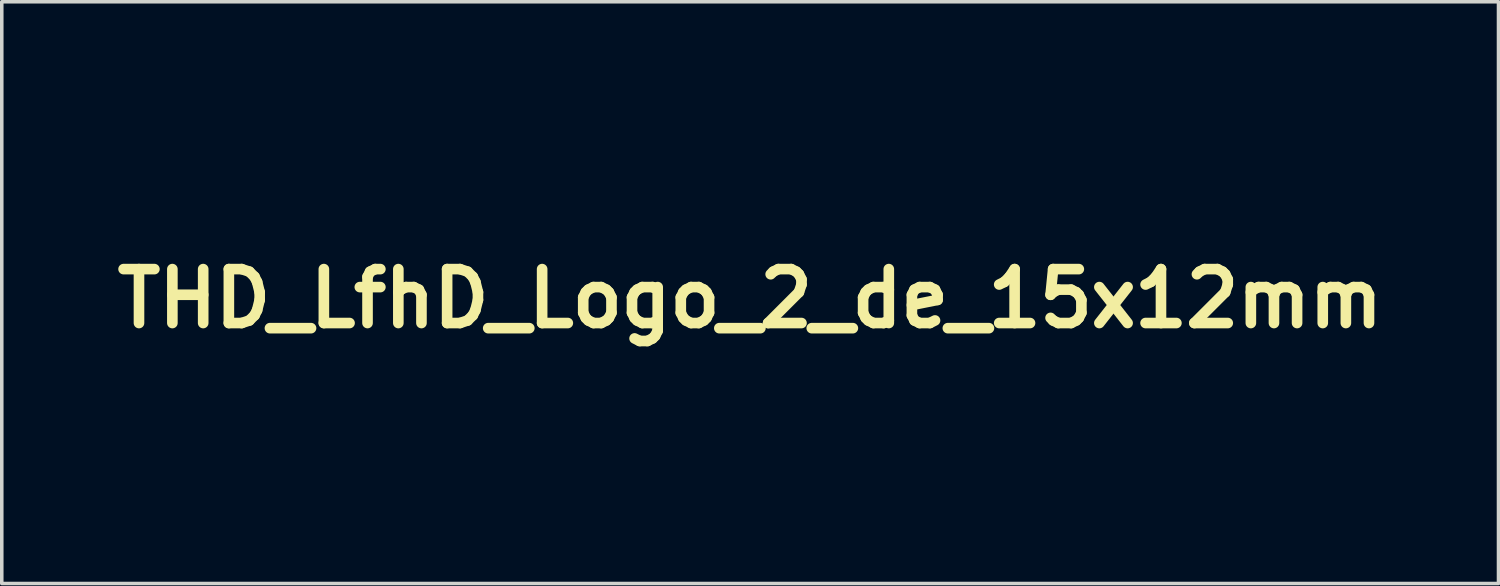
<source format=kicad_pcb>
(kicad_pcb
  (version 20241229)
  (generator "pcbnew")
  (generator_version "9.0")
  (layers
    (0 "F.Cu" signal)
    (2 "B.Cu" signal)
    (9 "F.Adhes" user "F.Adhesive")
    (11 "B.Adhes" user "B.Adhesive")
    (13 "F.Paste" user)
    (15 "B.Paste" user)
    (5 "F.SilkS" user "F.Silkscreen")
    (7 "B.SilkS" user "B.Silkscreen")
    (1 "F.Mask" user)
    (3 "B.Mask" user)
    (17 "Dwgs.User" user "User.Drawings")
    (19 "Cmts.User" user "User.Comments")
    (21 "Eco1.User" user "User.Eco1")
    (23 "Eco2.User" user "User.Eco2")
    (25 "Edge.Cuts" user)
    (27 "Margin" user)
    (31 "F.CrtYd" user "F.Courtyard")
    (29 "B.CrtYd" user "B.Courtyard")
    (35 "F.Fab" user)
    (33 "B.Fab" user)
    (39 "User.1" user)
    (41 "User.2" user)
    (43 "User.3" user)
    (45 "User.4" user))
  (footprint "THD_LfhD_Logo_2_de_15x12mm"
    (layer "F.Cu")
    (at 18.15 5.39)
    (property "Reference" "THD_LfhD_Logo_2_de_15x12mm" (at 0 0 0) (layer "F.SilkS") (effects (font (size 1.524 1.524) (thickness 0.3))))
    (attr through_hole)
    (fp_poly (pts (xy -3.683 -0.254) (xy -5.165 -0.254) (xy -5.144 -4.636) (xy -3.683 -4.659) (xy -3.683 -0.254)) (stroke (width 0.01) (type solid)) (fill yes) (layer "F.Mask"))
    (fp_poly (pts (xy -0.212 5.038) (xy -0.423 5.038) (xy -0.423 3.937) (xy -0.212 3.937) (xy -0.212 5.038)) (stroke (width 0.01) (type solid)) (fill yes) (layer "F.Mask"))
    (fp_poly (pts (xy 1.228 5.038) (xy 1.016 5.038) (xy 1.016 3.937) (xy 1.228 3.937) (xy 1.228 5.038)) (stroke (width 0.01) (type solid)) (fill yes) (layer "F.Mask"))
    (fp_poly (pts (xy -1.238 3.945) (xy -1.122 3.958) (xy -1.098 4.784) (xy -0.55 4.784) (xy -0.55 5.038) (xy -1.355 5.038) (xy -1.355 3.931) (xy -1.238 3.945)) (stroke (width 0.01) (type solid)) (fill yes) (layer "F.Mask"))
    (fp_poly (pts (xy 2.949 0.072) (xy 2.963 0.127) (xy 2.933 0.198) (xy 2.879 0.212) (xy 2.808 0.182) (xy 2.794 0.127) (xy 2.824 0.056) (xy 2.879 0.042) (xy 2.949 0.072)) (stroke (width 0.01) (type solid)) (fill yes) (layer "F.Mask"))
    (fp_poly (pts (xy 3.288 0.072) (xy 3.302 0.127) (xy 3.272 0.198) (xy 3.217 0.212) (xy 3.147 0.182) (xy 3.133 0.127) (xy 3.163 0.056) (xy 3.217 0.042) (xy 3.288 0.072)) (stroke (width 0.01) (type solid)) (fill yes) (layer "F.Mask"))
    (fp_poly (pts (xy -5.08 5.038) (xy -5.186 5.038) (xy -5.267 5.027) (xy -5.295 5.006) (xy -5.297 4.953) (xy -5.297 4.834) (xy -5.298 4.665) (xy -5.297 4.466) (xy -5.296 3.958) (xy -5.08 3.931) (xy -5.08 5.038)) (stroke (width 0.01) (type solid)) (fill yes) (layer "F.Mask"))
    (fp_poly (pts (xy 1.63 -0.233) (xy 1.451 -0.22) (xy 1.271 -0.207) (xy 1.26 -1.405) (xy 1.249 -2.603) (xy 0.55 -2.607) (xy -0.148 -2.611) (xy -0.174 -3.006) (xy 1.27 -3.006) (xy 1.27 -5.376) (xy 1.652 -5.376) (xy 1.63 -0.233)) (stroke (width 0.01) (type solid)) (fill yes) (layer "F.Mask"))
    (fp_poly (pts (xy -3.471 5.038) (xy -3.575 5.038) (xy -3.659 5.026) (xy -3.691 5.006) (xy -3.695 4.954) (xy -3.696 4.834) (xy -3.695 4.665) (xy -3.691 4.464) (xy -3.691 4.456) (xy -3.685 4.239) (xy -3.678 4.093) (xy -3.667 4.004) (xy -3.649 3.957) (xy -3.62 3.94) (xy -3.578 3.937) (xy -3.471 3.937) (xy -3.471 5.038)) (stroke (width 0.01) (type solid)) (fill yes) (layer "F.Mask"))
    (fp_poly (pts (xy -0.518 -2.466) (xy -0.507 -0.296) (xy -1.229 -0.296) (xy -1.512 -0.298) (xy -1.719 -0.304) (xy -1.859 -0.314) (xy -1.94 -0.329) (xy -1.97 -0.349) (xy -1.974 -0.401) (xy -1.977 -0.529) (xy -1.98 -0.725) (xy -1.981 -0.981) (xy -1.982 -1.288) (xy -1.982 -1.639) (xy -1.982 -2.025) (xy -1.98 -2.437) (xy -1.98 -2.519) (xy -1.968 -4.636) (xy -0.529 -4.636) (xy -0.518 -2.466)) (stroke (width 0.01) (type solid)) (fill yes) (layer "F.Mask"))
    (fp_poly (pts (xy 3.45 -0.275) (xy 2.761 -0.264) (xy 2.49 -0.261) (xy 2.293 -0.263) (xy 2.161 -0.27) (xy 2.084 -0.284) (xy 2.053 -0.304) (xy 2.052 -0.306) (xy 2.048 -0.357) (xy 2.045 -0.485) (xy 2.043 -0.683) (xy 2.041 -0.942) (xy 2.04 -1.256) (xy 2.039 -1.617) (xy 2.04 -2.016) (xy 2.041 -2.447) (xy 2.042 -2.857) (xy 2.053 -5.355) (xy 3.45 -5.355) (xy 3.45 -0.275)) (stroke (width 0.01) (type solid)) (fill yes) (layer "F.Mask"))
    (fp_poly (pts (xy -0.508 -4.953) (xy -2.963 -4.953) (xy -2.963 -0.296) (xy -3.087 -0.296) (xy -3.198 -0.289) (xy -3.269 -0.274) (xy -3.339 -0.271) (xy -3.357 -0.281) (xy -3.363 -0.328) (xy -3.368 -0.451) (xy -3.373 -0.644) (xy -3.377 -0.898) (xy -3.38 -1.205) (xy -3.383 -1.559) (xy -3.385 -1.95) (xy -3.386 -2.371) (xy -3.387 -2.632) (xy -3.387 -4.953) (xy -5.842 -4.953) (xy -5.842 -5.376) (xy -0.508 -5.376) (xy -0.508 -4.953)) (stroke (width 0.01) (type solid)) (fill yes) (layer "F.Mask"))
    (fp_poly (pts (xy -2.532 3.943) (xy -2.459 3.954) (xy -2.421 3.977) (xy -2.403 4.014) (xy -2.399 4.028) (xy -2.389 4.125) (xy -2.432 4.175) (xy -2.543 4.191) (xy -2.564 4.191) (xy -2.709 4.191) (xy -2.709 5.038) (xy -2.963 5.038) (xy -2.963 4.196) (xy -3.122 4.183) (xy -3.227 4.166) (xy -3.272 4.129) (xy -3.281 4.064) (xy -3.278 4.016) (xy -3.259 3.985) (xy -3.209 3.966) (xy -3.112 3.956) (xy -2.954 3.949) (xy -2.852 3.946) (xy -2.658 3.942) (xy -2.532 3.943)) (stroke (width 0.01) (type solid)) (fill yes) (layer "F.Mask"))
    (fp_poly (pts (xy 5.577 2.167) (xy 5.694 2.18) (xy 5.694 3.239) (xy 5.577 3.252) (xy 5.509 3.255) (xy 5.474 3.23) (xy 5.462 3.158) (xy 5.461 3.051) (xy 5.461 2.836) (xy 5.038 2.836) (xy 5.038 3.048) (xy 5.035 3.173) (xy 5.018 3.236) (xy 4.973 3.257) (xy 4.909 3.26) (xy 4.781 3.26) (xy 4.793 2.72) (xy 4.805 2.18) (xy 4.921 2.167) (xy 4.99 2.164) (xy 5.024 2.188) (xy 5.036 2.261) (xy 5.038 2.368) (xy 5.038 2.582) (xy 5.461 2.582) (xy 5.461 2.368) (xy 5.464 2.242) (xy 5.479 2.18) (xy 5.519 2.163) (xy 5.577 2.167)) (stroke (width 0.01) (type solid)) (fill yes) (layer "F.Mask"))
    (fp_poly (pts (xy 3.376 2.167) (xy 3.493 2.18) (xy 3.516 3.26) (xy 3.377 3.258) (xy 3.307 3.252) (xy 3.249 3.224) (xy 3.19 3.16) (xy 3.114 3.046) (xy 3.048 2.937) (xy 2.857 2.617) (xy 2.845 2.938) (xy 2.833 3.26) (xy 2.582 3.26) (xy 2.583 2.762) (xy 2.586 2.561) (xy 2.594 2.389) (xy 2.606 2.265) (xy 2.62 2.208) (xy 2.691 2.155) (xy 2.783 2.18) (xy 2.892 2.28) (xy 3.013 2.452) (xy 3.015 2.455) (xy 3.12 2.627) (xy 3.19 2.727) (xy 3.232 2.756) (xy 3.252 2.714) (xy 3.259 2.603) (xy 3.26 2.482) (xy 3.26 2.153) (xy 3.376 2.167)) (stroke (width 0.01) (type solid)) (fill yes) (layer "F.Mask"))
    (fp_poly (pts (xy 2.413 2.413) (xy 2.117 2.413) (xy 1.961 2.415) (xy 1.872 2.426) (xy 1.831 2.449) (xy 1.82 2.491) (xy 1.82 2.498) (xy 1.829 2.543) (xy 1.867 2.569) (xy 1.954 2.58) (xy 2.095 2.582) (xy 2.371 2.582) (xy 2.371 2.707) (xy 2.367 2.776) (xy 2.343 2.814) (xy 2.279 2.833) (xy 2.155 2.843) (xy 2.107 2.845) (xy 1.955 2.857) (xy 1.87 2.878) (xy 1.833 2.915) (xy 1.828 2.932) (xy 1.831 2.97) (xy 1.868 2.993) (xy 1.955 3.003) (xy 2.111 3.006) (xy 2.413 3.006) (xy 2.413 3.26) (xy 1.564 3.26) (xy 1.587 2.18) (xy 2.413 2.156) (xy 2.413 2.413)) (stroke (width 0.01) (type solid)) (fill yes) (layer "F.Mask"))
    (fp_poly (pts (xy 2.405 0.413) (xy 2.393 0.477) (xy 2.36 0.513) (xy 2.287 0.531) (xy 2.152 0.541) (xy 2.127 0.542) (xy 1.981 0.552) (xy 1.901 0.57) (xy 1.868 0.602) (xy 1.863 0.637) (xy 1.873 0.685) (xy 1.919 0.71) (xy 2.019 0.719) (xy 2.095 0.72) (xy 2.229 0.722) (xy 2.298 0.736) (xy 2.324 0.773) (xy 2.328 0.845) (xy 2.328 0.847) (xy 2.324 0.919) (xy 2.299 0.957) (xy 2.231 0.971) (xy 2.099 0.974) (xy 1.863 0.974) (xy 1.863 1.185) (xy 1.86 1.311) (xy 1.843 1.373) (xy 1.798 1.395) (xy 1.736 1.397) (xy 1.609 1.397) (xy 1.609 0.296) (xy 2.419 0.296) (xy 2.405 0.413)) (stroke (width 0.01) (type solid)) (fill yes) (layer "F.Mask"))
    (fp_poly (pts (xy 5.546 5.038) (xy 5.423 5.038) (xy 5.357 5.029) (xy 5.299 4.993) (xy 5.233 4.914) (xy 5.147 4.78) (xy 5.117 4.731) (xy 4.932 4.424) (xy 4.919 4.731) (xy 4.907 5.038) (xy 4.657 5.038) (xy 4.657 3.937) (xy 4.782 3.937) (xy 4.85 3.945) (xy 4.908 3.981) (xy 4.973 4.058) (xy 5.058 4.191) (xy 5.083 4.234) (xy 5.168 4.374) (xy 5.238 4.483) (xy 5.281 4.542) (xy 5.286 4.548) (xy 5.299 4.517) (xy 5.309 4.422) (xy 5.313 4.281) (xy 5.313 4.261) (xy 5.314 4.104) (xy 5.323 4.013) (xy 5.346 3.968) (xy 5.391 3.95) (xy 5.429 3.945) (xy 5.546 3.931) (xy 5.546 5.038)) (stroke (width 0.01) (type solid)) (fill yes) (layer "F.Mask"))
    (fp_poly (pts (xy -2.444 2.18) (xy -2.346 2.222) (xy -2.272 2.295) (xy -2.243 2.34) (xy -2.188 2.484) (xy -2.161 2.667) (xy -2.164 2.852) (xy -2.199 3.003) (xy -2.206 3.019) (xy -2.282 3.134) (xy -2.382 3.206) (xy -2.524 3.245) (xy -2.727 3.258) (xy -2.764 3.259) (xy -3.093 3.26) (xy -3.081 2.72) (xy -3.074 2.413) (xy -2.836 2.413) (xy -2.836 3.006) (xy -2.661 3.006) (xy -2.505 2.984) (xy -2.43 2.932) (xy -2.383 2.814) (xy -2.377 2.669) (xy -2.41 2.537) (xy -2.441 2.49) (xy -2.55 2.429) (xy -2.674 2.413) (xy -2.836 2.413) (xy -3.074 2.413) (xy -3.069 2.18) (xy -2.795 2.167) (xy -2.588 2.164) (xy -2.444 2.18)) (stroke (width 0.01) (type solid)) (fill yes) (layer "F.Mask"))
    (fp_poly (pts (xy 2.286 4.187) (xy 1.979 4.2) (xy 1.813 4.21) (xy 1.717 4.228) (xy 1.676 4.257) (xy 1.672 4.276) (xy 1.693 4.312) (xy 1.763 4.335) (xy 1.9 4.349) (xy 1.958 4.352) (xy 2.109 4.36) (xy 2.195 4.373) (xy 2.233 4.401) (xy 2.243 4.452) (xy 2.244 4.487) (xy 2.24 4.553) (xy 2.218 4.59) (xy 2.157 4.61) (xy 2.04 4.619) (xy 1.958 4.623) (xy 1.798 4.634) (xy 1.709 4.654) (xy 1.674 4.686) (xy 1.672 4.699) (xy 1.691 4.734) (xy 1.759 4.757) (xy 1.889 4.77) (xy 1.979 4.775) (xy 2.286 4.787) (xy 2.286 5.038) (xy 1.439 5.038) (xy 1.439 3.937) (xy 2.286 3.937) (xy 2.286 4.187)) (stroke (width 0.01) (type solid)) (fill yes) (layer "F.Mask"))
    (fp_poly (pts (xy -5.526 2.184) (xy -5.487 2.225) (xy -5.477 2.292) (xy -5.47 2.424) (xy -5.465 2.6) (xy -5.464 2.775) (xy -5.467 3.26) (xy -5.591 3.26) (xy -5.664 3.255) (xy -5.701 3.226) (xy -5.714 3.15) (xy -5.715 3.048) (xy -5.715 2.836) (xy -6.138 2.836) (xy -6.138 3.048) (xy -6.141 3.173) (xy -6.158 3.236) (xy -6.203 3.257) (xy -6.267 3.26) (xy -6.395 3.26) (xy -6.383 2.72) (xy -6.371 2.18) (xy -6.255 2.167) (xy -6.186 2.164) (xy -6.152 2.188) (xy -6.14 2.261) (xy -6.138 2.368) (xy -6.138 2.582) (xy -5.715 2.582) (xy -5.715 2.371) (xy -5.711 2.245) (xy -5.694 2.182) (xy -5.652 2.161) (xy -5.614 2.159) (xy -5.526 2.184)) (stroke (width 0.01) (type solid)) (fill yes) (layer "F.Mask"))
    (fp_poly (pts (xy -5.802 3.949) (xy -5.73 3.974) (xy -5.666 4.022) (xy -5.632 4.056) (xy -5.519 4.224) (xy -5.469 4.424) (xy -5.481 4.632) (xy -5.556 4.822) (xy -5.63 4.917) (xy -5.698 4.978) (xy -5.766 5.014) (xy -5.859 5.032) (xy -6.001 5.037) (xy -6.082 5.038) (xy -6.413 5.038) (xy -6.404 4.498) (xy -6.399 4.191) (xy -6.181 4.191) (xy -6.181 4.784) (xy -6.03 4.784) (xy -5.903 4.771) (xy -5.801 4.742) (xy -5.797 4.74) (xy -5.744 4.691) (xy -5.72 4.601) (xy -5.715 4.487) (xy -5.731 4.333) (xy -5.787 4.242) (xy -5.898 4.199) (xy -6.03 4.191) (xy -6.181 4.191) (xy -6.399 4.191) (xy -6.395 3.958) (xy -6.075 3.946) (xy -5.909 3.942) (xy -5.802 3.949)) (stroke (width 0.01) (type solid)) (fill yes) (layer "F.Mask"))
    (fp_poly (pts (xy 2.794 0.669) (xy 2.799 0.878) (xy 2.818 1.016) (xy 2.857 1.097) (xy 2.923 1.135) (xy 3.006 1.143) (xy 3.099 1.132) (xy 3.161 1.089) (xy 3.197 1.001) (xy 3.214 0.855) (xy 3.217 0.669) (xy 3.218 0.491) (xy 3.224 0.381) (xy 3.239 0.323) (xy 3.269 0.3) (xy 3.318 0.296) (xy 3.323 0.296) (xy 3.429 0.296) (xy 3.429 0.743) (xy 3.428 0.943) (xy 3.422 1.078) (xy 3.408 1.165) (xy 3.381 1.224) (xy 3.338 1.274) (xy 3.317 1.293) (xy 3.181 1.37) (xy 3.011 1.4) (xy 2.841 1.383) (xy 2.71 1.321) (xy 2.628 1.205) (xy 2.574 1.009) (xy 2.546 0.734) (xy 2.542 0.582) (xy 2.54 0.296) (xy 2.794 0.296) (xy 2.794 0.669)) (stroke (width 0.01) (type solid)) (fill yes) (layer "F.Mask"))
    (fp_poly (pts (xy -0.377 0.333) (xy -0.258 0.405) (xy -0.13 0.565) (xy -0.067 0.764) (xy -0.076 0.98) (xy -0.084 1.013) (xy -0.173 1.202) (xy -0.32 1.331) (xy -0.514 1.392) (xy -0.593 1.397) (xy -0.752 1.383) (xy -0.872 1.33) (xy -0.927 1.288) (xy -1.056 1.129) (xy -1.119 0.938) (xy -1.117 0.806) (xy -0.89 0.806) (xy -0.873 0.953) (xy -0.823 1.049) (xy -0.725 1.123) (xy -0.593 1.148) (xy -0.46 1.123) (xy -0.362 1.049) (xy -0.299 0.9) (xy -0.305 0.758) (xy -0.372 0.639) (xy -0.491 0.566) (xy -0.593 0.55) (xy -0.741 0.585) (xy -0.843 0.677) (xy -0.89 0.806) (xy -1.117 0.806) (xy -1.116 0.738) (xy -1.048 0.549) (xy -0.927 0.405) (xy -0.759 0.315) (xy -0.566 0.291) (xy -0.377 0.333)) (stroke (width 0.01) (type solid)) (fill yes) (layer "F.Mask"))
    (fp_poly (pts (xy 3.789 3.958) (xy 3.801 4.349) (xy 3.808 4.533) (xy 3.818 4.65) (xy 3.836 4.716) (xy 3.867 4.749) (xy 3.914 4.766) (xy 4.024 4.787) (xy 4.098 4.778) (xy 4.144 4.724) (xy 4.171 4.616) (xy 4.187 4.439) (xy 4.191 4.36) (xy 4.202 4.174) (xy 4.213 4.056) (xy 4.231 3.99) (xy 4.261 3.959) (xy 4.308 3.947) (xy 4.329 3.945) (xy 4.445 3.931) (xy 4.445 4.381) (xy 4.444 4.582) (xy 4.438 4.717) (xy 4.424 4.805) (xy 4.397 4.864) (xy 4.355 4.913) (xy 4.333 4.934) (xy 4.191 5.016) (xy 4.018 5.046) (xy 3.846 5.024) (xy 3.703 4.951) (xy 3.68 4.929) (xy 3.633 4.871) (xy 3.602 4.806) (xy 3.583 4.713) (xy 3.571 4.573) (xy 3.563 4.375) (xy 3.548 3.931) (xy 3.789 3.958)) (stroke (width 0.01) (type solid)) (fill yes) (layer "F.Mask"))
    (fp_poly (pts (xy 6.731 2.413) (xy 6.435 2.413) (xy 6.279 2.415) (xy 6.19 2.426) (xy 6.149 2.449) (xy 6.138 2.491) (xy 6.138 2.498) (xy 6.147 2.543) (xy 6.185 2.569) (xy 6.272 2.58) (xy 6.413 2.582) (xy 6.689 2.582) (xy 6.689 2.707) (xy 6.685 2.776) (xy 6.661 2.814) (xy 6.597 2.833) (xy 6.473 2.843) (xy 6.425 2.845) (xy 6.273 2.857) (xy 6.188 2.878) (xy 6.151 2.915) (xy 6.146 2.932) (xy 6.149 2.971) (xy 6.186 2.993) (xy 6.275 3.003) (xy 6.427 3.006) (xy 6.582 3.008) (xy 6.672 3.018) (xy 6.717 3.043) (xy 6.737 3.09) (xy 6.741 3.111) (xy 6.749 3.198) (xy 6.739 3.238) (xy 6.69 3.247) (xy 6.575 3.254) (xy 6.415 3.259) (xy 6.299 3.26) (xy 5.882 3.26) (xy 5.905 2.18) (xy 6.731 2.156) (xy 6.731 2.413)) (stroke (width 0.01) (type solid)) (fill yes) (layer "F.Mask"))
    (fp_poly (pts (xy -4.226 3.948) (xy -4.121 3.985) (xy -4.046 4.044) (xy -3.961 4.155) (xy -3.957 4.254) (xy -4.032 4.334) (xy -4.097 4.354) (xy -4.155 4.309) (xy -4.172 4.286) (xy -4.272 4.208) (xy -4.403 4.191) (xy -4.536 4.233) (xy -4.607 4.289) (xy -4.688 4.422) (xy -4.693 4.554) (xy -4.632 4.668) (xy -4.514 4.75) (xy -4.347 4.784) (xy -4.334 4.784) (xy -4.211 4.774) (xy -4.141 4.75) (xy -4.133 4.722) (xy -4.195 4.698) (xy -4.243 4.691) (xy -4.34 4.671) (xy -4.377 4.622) (xy -4.381 4.572) (xy -4.374 4.512) (xy -4.341 4.479) (xy -4.262 4.462) (xy -4.138 4.453) (xy -3.895 4.441) (xy -3.895 4.631) (xy -3.904 4.761) (xy -3.943 4.846) (xy -4.033 4.927) (xy -4.036 4.93) (xy -4.21 5.013) (xy -4.412 5.037) (xy -4.609 4.998) (xy -4.667 4.971) (xy -4.802 4.854) (xy -4.884 4.691) (xy -4.91 4.504) (xy -4.883 4.312) (xy -4.8 4.134) (xy -4.674 4.001) (xy -4.583 3.964) (xy -4.445 3.941) (xy -4.377 3.938) (xy -4.226 3.948)) (stroke (width 0.01) (type solid)) (fill yes) (layer "F.Mask"))
    (fp_poly (pts (xy 0.553 3.961) (xy 0.694 4.025) (xy 0.783 4.119) (xy 0.804 4.199) (xy 0.798 4.244) (xy 0.77 4.266) (xy 0.702 4.264) (xy 0.58 4.24) (xy 0.456 4.21) (xy 0.345 4.198) (xy 0.271 4.208) (xy 0.23 4.248) (xy 0.253 4.299) (xy 0.322 4.342) (xy 0.42 4.36) (xy 0.422 4.36) (xy 0.533 4.384) (xy 0.659 4.442) (xy 0.682 4.457) (xy 0.802 4.576) (xy 0.845 4.712) (xy 0.807 4.851) (xy 0.745 4.931) (xy 0.61 5.013) (xy 0.436 5.045) (xy 0.257 5.028) (xy 0.103 4.961) (xy 0.07 4.934) (xy -0.006 4.846) (xy -0.042 4.767) (xy -0.042 4.76) (xy -0.027 4.714) (xy 0.035 4.708) (xy 0.095 4.718) (xy 0.23 4.743) (xy 0.386 4.766) (xy 0.413 4.769) (xy 0.526 4.779) (xy 0.578 4.765) (xy 0.592 4.719) (xy 0.593 4.703) (xy 0.569 4.633) (xy 0.492 4.614) (xy 0.385 4.598) (xy 0.257 4.558) (xy 0.24 4.551) (xy 0.087 4.454) (xy 0.011 4.33) (xy 0.013 4.187) (xy 0.088 4.049) (xy 0.16 3.977) (xy 0.249 3.944) (xy 0.378 3.937) (xy 0.553 3.961)) (stroke (width 0.01) (type solid)) (fill yes) (layer "F.Mask"))
    (fp_poly (pts (xy -1.956 3.958) (xy -1.913 3.994) (xy -1.867 4.065) (xy -1.81 4.184) (xy -1.736 4.363) (xy -1.689 4.481) (xy -1.612 4.676) (xy -1.549 4.84) (xy -1.503 4.959) (xy -1.482 5.018) (xy -1.482 5.021) (xy -1.518 5.033) (xy -1.605 5.038) (xy -1.701 5.02) (xy -1.757 4.949) (xy -1.772 4.911) (xy -1.807 4.833) (xy -1.86 4.795) (xy -1.958 4.784) (xy -2.012 4.784) (xy -2.135 4.789) (xy -2.203 4.815) (xy -2.243 4.878) (xy -2.257 4.911) (xy -2.311 5.004) (xy -2.394 5.037) (xy -2.422 5.038) (xy -2.507 5.033) (xy -2.54 5.022) (xy -2.526 4.973) (xy -2.487 4.865) (xy -2.432 4.715) (xy -2.368 4.544) (xy -2.35 4.497) (xy -2.108 4.497) (xy -2.075 4.527) (xy -2.037 4.53) (xy -1.962 4.502) (xy -1.948 4.456) (xy -1.964 4.374) (xy -1.999 4.303) (xy -2.037 4.272) (xy -2.047 4.277) (xy -2.071 4.329) (xy -2.097 4.413) (xy -2.108 4.497) (xy -2.35 4.497) (xy -2.301 4.371) (xy -2.24 4.213) (xy -2.19 4.092) (xy -2.16 4.024) (xy -2.16 4.024) (xy -2.086 3.952) (xy -2.003 3.945) (xy -1.956 3.958)) (stroke (width 0.01) (type solid)) (fill yes) (layer "F.Mask"))
    (fp_poly (pts (xy 3.018 3.939) (xy 3.135 3.946) (xy 3.207 3.965) (xy 3.252 3.998) (xy 3.283 4.04) (xy 3.33 4.168) (xy 3.336 4.3) (xy 3.312 4.417) (xy 3.249 4.495) (xy 3.14 4.557) (xy 3.156 4.592) (xy 3.209 4.675) (xy 3.278 4.774) (xy 3.358 4.889) (xy 3.412 4.976) (xy 3.429 5.011) (xy 3.392 5.03) (xy 3.306 5.038) (xy 3.224 5.023) (xy 3.147 4.969) (xy 3.056 4.86) (xy 3.031 4.826) (xy 2.92 4.693) (xy 2.828 4.623) (xy 2.794 4.614) (xy 2.743 4.625) (xy 2.718 4.673) (xy 2.71 4.777) (xy 2.709 4.826) (xy 2.707 4.951) (xy 2.689 5.014) (xy 2.645 5.035) (xy 2.582 5.038) (xy 2.455 5.038) (xy 2.455 4.301) (xy 2.679 4.301) (xy 2.75 4.343) (xy 2.898 4.36) (xy 2.923 4.36) (xy 3.05 4.356) (xy 3.112 4.336) (xy 3.132 4.294) (xy 3.133 4.276) (xy 3.121 4.225) (xy 3.074 4.199) (xy 2.968 4.191) (xy 2.923 4.191) (xy 2.797 4.199) (xy 2.709 4.219) (xy 2.688 4.233) (xy 2.679 4.301) (xy 2.455 4.301) (xy 2.455 3.937) (xy 2.835 3.937) (xy 3.018 3.939)) (stroke (width 0.01) (type solid)) (fill yes) (layer "F.Mask"))
    (fp_poly (pts (xy 6.409 3.945) (xy 6.508 3.979) (xy 6.598 4.052) (xy 6.607 4.061) (xy 6.7 4.166) (xy 6.725 4.238) (xy 6.684 4.294) (xy 6.642 4.32) (xy 6.565 4.343) (xy 6.492 4.308) (xy 6.46 4.279) (xy 6.337 4.21) (xy 6.197 4.196) (xy 6.073 4.239) (xy 6.039 4.268) (xy 5.98 4.384) (xy 5.97 4.523) (xy 6.006 4.65) (xy 6.063 4.718) (xy 6.149 4.754) (xy 6.265 4.776) (xy 6.384 4.783) (xy 6.478 4.773) (xy 6.519 4.744) (xy 6.519 4.741) (xy 6.483 4.712) (xy 6.394 4.699) (xy 6.392 4.699) (xy 6.303 4.689) (xy 6.27 4.64) (xy 6.265 4.57) (xy 6.265 4.441) (xy 6.509 4.453) (xy 6.648 4.464) (xy 6.723 4.484) (xy 6.756 4.523) (xy 6.766 4.566) (xy 6.754 4.743) (xy 6.671 4.885) (xy 6.526 4.985) (xy 6.328 5.034) (xy 6.253 5.038) (xy 6.113 5.026) (xy 6.006 4.977) (xy 5.912 4.898) (xy 5.776 4.72) (xy 5.719 4.527) (xy 5.743 4.329) (xy 5.848 4.14) (xy 5.904 4.078) (xy 6.002 3.992) (xy 6.096 3.95) (xy 6.224 3.937) (xy 6.264 3.937) (xy 6.409 3.945)) (stroke (width 0.01) (type solid)) (fill yes) (layer "F.Mask"))
    (fp_poly (pts (xy -0.137 2.184) (xy -0.094 2.203) (xy -0.053 2.251) (xy -0.006 2.34) (xy 0.055 2.483) (xy 0.137 2.687) (xy 0.213 2.88) (xy 0.276 3.045) (xy 0.319 3.165) (xy 0.338 3.224) (xy 0.339 3.227) (xy 0.302 3.25) (xy 0.215 3.26) (xy 0.123 3.245) (xy 0.077 3.183) (xy 0.064 3.133) (xy 0.041 3.057) (xy -0.000345 3.02) (xy -0.085 3.007) (xy -0.176 3.006) (xy -0.305 3.01) (xy -0.376 3.032) (xy -0.417 3.085) (xy -0.436 3.133) (xy -0.491 3.226) (xy -0.573 3.259) (xy -0.602 3.26) (xy -0.687 3.256) (xy -0.719 3.249) (xy -0.705 3.208) (xy -0.666 3.102) (xy -0.607 2.948) (xy -0.536 2.758) (xy -0.528 2.738) (xy -0.287 2.738) (xy -0.249 2.751) (xy -0.191 2.752) (xy -0.111 2.746) (xy -0.085 2.735) (xy -0.099 2.689) (xy -0.136 2.598) (xy -0.142 2.582) (xy -0.2 2.445) (xy -0.248 2.584) (xy -0.284 2.69) (xy -0.287 2.738) (xy -0.528 2.738) (xy -0.517 2.709) (xy -0.435 2.496) (xy -0.375 2.349) (xy -0.329 2.257) (xy -0.289 2.206) (xy -0.248 2.185) (xy -0.198 2.18) (xy -0.19 2.18) (xy -0.137 2.184)) (stroke (width 0.01) (type solid)) (fill yes) (layer "F.Mask"))
    (fp_poly (pts (xy 0.668 0.302) (xy 0.809 0.323) (xy 0.9 0.368) (xy 0.957 0.445) (xy 0.991 0.534) (xy 0.996 0.654) (xy 0.956 0.774) (xy 0.884 0.859) (xy 0.846 0.877) (xy 0.778 0.901) (xy 0.762 0.915) (xy 0.786 0.954) (xy 0.847 1.04) (xy 0.91 1.125) (xy 1.007 1.258) (xy 1.048 1.34) (xy 1.036 1.382) (xy 0.972 1.396) (xy 0.942 1.397) (xy 0.857 1.379) (xy 0.773 1.313) (xy 0.677 1.196) (xy 0.575 1.077) (xy 0.479 1) (xy 0.433 0.981) (xy 0.378 0.981) (xy 0.349 1.013) (xy 0.34 1.098) (xy 0.339 1.182) (xy 0.336 1.309) (xy 0.319 1.372) (xy 0.276 1.394) (xy 0.212 1.397) (xy 0.085 1.397) (xy 0.085 0.635) (xy 0.339 0.635) (xy 0.35 0.686) (xy 0.397 0.711) (xy 0.501 0.719) (xy 0.55 0.72) (xy 0.677 0.715) (xy 0.741 0.696) (xy 0.761 0.655) (xy 0.762 0.635) (xy 0.751 0.584) (xy 0.704 0.559) (xy 0.599 0.551) (xy 0.55 0.55) (xy 0.423 0.555) (xy 0.36 0.574) (xy 0.34 0.615) (xy 0.339 0.635) (xy 0.085 0.635) (xy 0.085 0.296) (xy 0.459 0.296) (xy 0.668 0.302)) (stroke (width 0.01) (type solid)) (fill yes) (layer "F.Mask"))
    (fp_poly (pts (xy 4.224 0.302) (xy 4.365 0.323) (xy 4.456 0.368) (xy 4.513 0.445) (xy 4.547 0.534) (xy 4.552 0.654) (xy 4.512 0.774) (xy 4.44 0.859) (xy 4.402 0.877) (xy 4.334 0.901) (xy 4.318 0.915) (xy 4.342 0.954) (xy 4.403 1.04) (xy 4.466 1.125) (xy 4.563 1.258) (xy 4.604 1.34) (xy 4.592 1.382) (xy 4.528 1.396) (xy 4.498 1.397) (xy 4.413 1.379) (xy 4.329 1.313) (xy 4.233 1.196) (xy 4.131 1.077) (xy 4.035 1) (xy 3.989 0.981) (xy 3.934 0.981) (xy 3.905 1.013) (xy 3.896 1.098) (xy 3.895 1.182) (xy 3.892 1.309) (xy 3.875 1.372) (xy 3.832 1.394) (xy 3.768 1.397) (xy 3.641 1.397) (xy 3.641 0.635) (xy 3.895 0.635) (xy 3.906 0.686) (xy 3.953 0.711) (xy 4.057 0.719) (xy 4.106 0.72) (xy 4.233 0.715) (xy 4.297 0.696) (xy 4.317 0.655) (xy 4.318 0.635) (xy 4.307 0.584) (xy 4.26 0.559) (xy 4.155 0.551) (xy 4.106 0.55) (xy 3.979 0.555) (xy 3.916 0.574) (xy 3.896 0.615) (xy 3.895 0.635) (xy 3.641 0.635) (xy 3.641 0.296) (xy 4.015 0.296) (xy 4.224 0.302)) (stroke (width 0.01) (type solid)) (fill yes) (layer "F.Mask"))
    (fp_poly (pts (xy -4.794 2.184) (xy -4.751 2.203) (xy -4.71 2.251) (xy -4.663 2.34) (xy -4.602 2.483) (xy -4.52 2.687) (xy -4.444 2.88) (xy -4.381 3.045) (xy -4.337 3.165) (xy -4.318 3.224) (xy -4.318 3.227) (xy -4.355 3.25) (xy -4.442 3.26) (xy -4.534 3.245) (xy -4.58 3.183) (xy -4.593 3.133) (xy -4.616 3.057) (xy -4.657 3.02) (xy -4.742 3.007) (xy -4.833 3.006) (xy -4.961 3.01) (xy -5.032 3.032) (xy -5.073 3.085) (xy -5.093 3.133) (xy -5.147 3.226) (xy -5.23 3.259) (xy -5.259 3.26) (xy -5.344 3.256) (xy -5.376 3.249) (xy -5.361 3.208) (xy -5.322 3.102) (xy -5.264 2.948) (xy -5.192 2.758) (xy -5.174 2.709) (xy -5.164 2.685) (xy -4.936 2.685) (xy -4.935 2.735) (xy -4.867 2.751) (xy -4.852 2.752) (xy -4.77 2.745) (xy -4.741 2.732) (xy -4.757 2.684) (xy -4.79 2.605) (xy -4.843 2.522) (xy -4.888 2.5) (xy -4.91 2.545) (xy -4.911 2.558) (xy -4.926 2.651) (xy -4.936 2.685) (xy -5.164 2.685) (xy -5.092 2.496) (xy -5.031 2.349) (xy -4.985 2.257) (xy -4.946 2.206) (xy -4.905 2.185) (xy -4.854 2.18) (xy -4.847 2.18) (xy -4.794 2.184)) (stroke (width 0.01) (type solid)) (fill yes) (layer "F.Mask"))
    (fp_poly (pts (xy -3.512 2.167) (xy -3.44 2.185) (xy -3.391 2.219) (xy -3.349 2.269) (xy -3.286 2.374) (xy -3.26 2.471) (xy -3.26 2.473) (xy -3.285 2.58) (xy -3.346 2.681) (xy -3.421 2.744) (xy -3.453 2.752) (xy -3.498 2.758) (xy -3.505 2.787) (xy -3.47 2.851) (xy -3.388 2.964) (xy -3.365 2.993) (xy -3.27 3.125) (xy -3.228 3.205) (xy -3.239 3.245) (xy -3.301 3.259) (xy -3.334 3.26) (xy -3.419 3.241) (xy -3.503 3.176) (xy -3.599 3.059) (xy -3.701 2.94) (xy -3.796 2.863) (xy -3.842 2.844) (xy -3.898 2.843) (xy -3.926 2.876) (xy -3.936 2.961) (xy -3.937 3.045) (xy -3.94 3.171) (xy -3.956 3.235) (xy -4 3.257) (xy -4.065 3.26) (xy -4.194 3.26) (xy -4.177 2.5) (xy -3.937 2.5) (xy -3.927 2.552) (xy -3.884 2.575) (xy -3.786 2.577) (xy -3.736 2.574) (xy -3.604 2.557) (xy -3.538 2.522) (xy -3.522 2.487) (xy -3.526 2.443) (xy -3.572 2.421) (xy -3.68 2.413) (xy -3.722 2.413) (xy -3.85 2.417) (xy -3.914 2.435) (xy -3.936 2.476) (xy -3.937 2.5) (xy -4.177 2.5) (xy -4.17 2.18) (xy -3.804 2.168) (xy -3.626 2.163) (xy -3.512 2.167)) (stroke (width 0.01) (type solid)) (fill yes) (layer "F.Mask"))
    (fp_poly (pts (xy 4.181 2.184) (xy 4.224 2.203) (xy 4.265 2.251) (xy 4.312 2.34) (xy 4.373 2.483) (xy 4.455 2.687) (xy 4.531 2.88) (xy 4.594 3.045) (xy 4.637 3.165) (xy 4.656 3.224) (xy 4.657 3.227) (xy 4.62 3.25) (xy 4.533 3.26) (xy 4.441 3.245) (xy 4.395 3.183) (xy 4.381 3.133) (xy 4.359 3.057) (xy 4.318 3.02) (xy 4.233 3.007) (xy 4.142 3.006) (xy 4.013 3.01) (xy 3.942 3.032) (xy 3.901 3.085) (xy 3.882 3.133) (xy 3.827 3.226) (xy 3.745 3.259) (xy 3.716 3.26) (xy 3.631 3.256) (xy 3.599 3.249) (xy 3.613 3.208) (xy 3.652 3.102) (xy 3.711 2.948) (xy 3.782 2.758) (xy 3.801 2.709) (xy 3.81 2.685) (xy 4.038 2.685) (xy 4.04 2.735) (xy 4.108 2.751) (xy 4.123 2.752) (xy 4.205 2.745) (xy 4.233 2.732) (xy 4.218 2.684) (xy 4.184 2.605) (xy 4.132 2.522) (xy 4.087 2.5) (xy 4.064 2.545) (xy 4.064 2.558) (xy 4.049 2.651) (xy 4.038 2.685) (xy 3.81 2.685) (xy 3.883 2.496) (xy 3.943 2.349) (xy 3.989 2.257) (xy 4.029 2.206) (xy 4.07 2.185) (xy 4.12 2.18) (xy 4.128 2.18) (xy 4.181 2.184)) (stroke (width 0.01) (type solid)) (fill yes) (layer "F.Mask"))
    (fp_poly (pts (xy -1.637 0.299) (xy -1.513 0.311) (xy -1.435 0.334) (xy -1.385 0.371) (xy -1.382 0.374) (xy -1.33 0.476) (xy -1.314 0.602) (xy -1.335 0.714) (xy -1.359 0.749) (xy -1.376 0.805) (xy -1.333 0.894) (xy -1.314 0.92) (xy -1.249 1.043) (xy -1.251 1.158) (xy -1.295 1.263) (xy -1.372 1.334) (xy -1.497 1.375) (xy -1.683 1.394) (xy -1.83 1.397) (xy -2.201 1.397) (xy -2.201 1.058) (xy -1.947 1.058) (xy -1.939 1.11) (xy -1.901 1.134) (xy -1.811 1.139) (xy -1.725 1.135) (xy -1.585 1.119) (xy -1.516 1.091) (xy -1.503 1.058) (xy -1.529 1.017) (xy -1.615 0.992) (xy -1.725 0.982) (xy -1.855 0.978) (xy -1.921 0.989) (xy -1.945 1.024) (xy -1.947 1.058) (xy -2.201 1.058) (xy -2.201 0.635) (xy -1.947 0.635) (xy -1.936 0.686) (xy -1.889 0.711) (xy -1.785 0.719) (xy -1.736 0.72) (xy -1.609 0.715) (xy -1.545 0.696) (xy -1.525 0.655) (xy -1.524 0.635) (xy -1.535 0.584) (xy -1.582 0.559) (xy -1.687 0.551) (xy -1.736 0.55) (xy -1.863 0.555) (xy -1.926 0.574) (xy -1.946 0.615) (xy -1.947 0.635) (xy -2.201 0.635) (xy -2.201 0.296) (xy -1.827 0.296) (xy -1.637 0.299)) (stroke (width 0.01) (type solid)) (fill yes) (layer "F.Mask"))
    (fp_poly (pts (xy 1.145 2.167) (xy 1.216 2.185) (xy 1.266 2.219) (xy 1.308 2.269) (xy 1.37 2.374) (xy 1.397 2.471) (xy 1.397 2.473) (xy 1.372 2.58) (xy 1.311 2.681) (xy 1.236 2.744) (xy 1.204 2.752) (xy 1.159 2.758) (xy 1.151 2.787) (xy 1.186 2.851) (xy 1.269 2.964) (xy 1.291 2.993) (xy 1.387 3.125) (xy 1.429 3.205) (xy 1.418 3.245) (xy 1.356 3.259) (xy 1.323 3.26) (xy 1.238 3.241) (xy 1.154 3.176) (xy 1.058 3.059) (xy 0.956 2.94) (xy 0.86 2.863) (xy 0.814 2.844) (xy 0.759 2.843) (xy 0.73 2.876) (xy 0.721 2.961) (xy 0.72 3.045) (xy 0.717 3.171) (xy 0.7 3.235) (xy 0.657 3.257) (xy 0.591 3.26) (xy 0.463 3.26) (xy 0.475 2.72) (xy 0.48 2.5) (xy 0.72 2.5) (xy 0.729 2.552) (xy 0.772 2.575) (xy 0.871 2.577) (xy 0.92 2.574) (xy 1.053 2.557) (xy 1.119 2.522) (xy 1.135 2.487) (xy 1.131 2.443) (xy 1.084 2.421) (xy 0.977 2.413) (xy 0.934 2.413) (xy 0.807 2.417) (xy 0.742 2.435) (xy 0.721 2.476) (xy 0.72 2.5) (xy 0.48 2.5) (xy 0.487 2.18) (xy 0.853 2.168) (xy 1.031 2.163) (xy 1.145 2.167)) (stroke (width 0.01) (type solid)) (fill yes) (layer "F.Mask"))
    (fp_poly (pts (xy -3.979 1.143) (xy -3.704 1.143) (xy -3.556 1.145) (xy -3.474 1.155) (xy -3.438 1.181) (xy -3.429 1.233) (xy -3.429 1.257) (xy -3.422 1.328) (xy -3.4 1.335) (xy -3.36 1.277) (xy -3.3 1.148) (xy -3.218 0.944) (xy -3.177 0.836) (xy -2.954 0.836) (xy -2.95 0.878) (xy -2.896 0.889) (xy -2.855 0.889) (xy -2.778 0.878) (xy -2.765 0.83) (xy -2.775 0.794) (xy -2.821 0.684) (xy -2.867 0.659) (xy -2.912 0.718) (xy -2.919 0.737) (xy -2.954 0.836) (xy -3.177 0.836) (xy -3.165 0.804) (xy -3.087 0.601) (xy -3.03 0.464) (xy -2.986 0.38) (xy -2.946 0.336) (xy -2.902 0.32) (xy -2.857 0.318) (xy -2.806 0.321) (xy -2.764 0.341) (xy -2.724 0.388) (xy -2.676 0.475) (xy -2.615 0.615) (xy -2.531 0.819) (xy -2.516 0.857) (xy -2.298 1.397) (xy -2.437 1.397) (xy -2.537 1.385) (xy -2.585 1.334) (xy -2.603 1.27) (xy -2.626 1.195) (xy -2.667 1.157) (xy -2.752 1.144) (xy -2.843 1.143) (xy -2.972 1.147) (xy -3.043 1.169) (xy -3.084 1.223) (xy -3.103 1.27) (xy -3.151 1.397) (xy -3.682 1.397) (xy -4.212 1.397) (xy -4.194 0.318) (xy -4.087 0.304) (xy -3.979 0.291) (xy -3.979 1.143)) (stroke (width 0.01) (type solid)) (fill yes) (layer "F.Mask"))
    (fp_poly (pts (xy 3.969 -5.363) (xy 4.434 -5.266) (xy 4.849 -5.106) (xy 5.225 -4.879) (xy 5.575 -4.577) (xy 5.585 -4.567) (xy 5.813 -4.314) (xy 5.996 -4.05) (xy 6.153 -3.747) (xy 6.225 -3.577) (xy 6.269 -3.416) (xy 6.301 -3.196) (xy 6.319 -2.943) (xy 6.323 -2.682) (xy 6.311 -2.437) (xy 6.284 -2.236) (xy 6.278 -2.209) (xy 6.155 -1.86) (xy 5.962 -1.513) (xy 5.713 -1.185) (xy 5.422 -0.892) (xy 5.103 -0.652) (xy 4.902 -0.54) (xy 4.747 -0.467) (xy 4.617 -0.412) (xy 4.533 -0.383) (xy 4.519 -0.381) (xy 4.437 -0.356) (xy 4.422 -0.344) (xy 4.361 -0.322) (xy 4.243 -0.299) (xy 4.096 -0.282) (xy 3.81 -0.257) (xy 3.81 -0.623) (xy 4.075 -0.675) (xy 4.228 -0.708) (xy 4.358 -0.739) (xy 4.424 -0.758) (xy 4.83 -0.947) (xy 5.179 -1.193) (xy 5.467 -1.488) (xy 5.689 -1.827) (xy 5.841 -2.204) (xy 5.918 -2.612) (xy 5.927 -2.812) (xy 5.921 -3.003) (xy 5.908 -3.181) (xy 5.888 -3.314) (xy 5.88 -3.341) (xy 5.785 -3.59) (xy 5.654 -3.85) (xy 5.506 -4.086) (xy 5.418 -4.199) (xy 5.217 -4.394) (xy 4.968 -4.576) (xy 4.694 -4.733) (xy 4.414 -4.856) (xy 4.15 -4.932) (xy 3.96 -4.953) (xy 3.81 -4.953) (xy 3.81 -5.385) (xy 3.969 -5.363)) (stroke (width 0.01) (type solid)) (fill yes) (layer "F.Mask"))
    (fp_poly (pts (xy -1.122 2.496) (xy -1.084 2.652) (xy -1.049 2.77) (xy -1.024 2.832) (xy -1.019 2.836) (xy -1 2.798) (xy -0.971 2.696) (xy -0.939 2.551) (xy -0.931 2.508) (xy -0.897 2.344) (xy -0.868 2.245) (xy -0.835 2.193) (xy -0.787 2.172) (xy -0.751 2.167) (xy -0.697 2.162) (xy -0.662 2.17) (xy -0.646 2.204) (xy -0.649 2.275) (xy -0.673 2.395) (xy -0.715 2.577) (xy -0.758 2.752) (xy -0.878 3.239) (xy -1.017 3.239) (xy -1.084 3.236) (xy -1.13 3.216) (xy -1.164 3.165) (xy -1.196 3.064) (xy -1.238 2.897) (xy -1.24 2.889) (xy -1.282 2.731) (xy -1.321 2.61) (xy -1.349 2.546) (xy -1.356 2.54) (xy -1.385 2.577) (xy -1.411 2.665) (xy -1.412 2.668) (xy -1.439 2.783) (xy -1.479 2.936) (xy -1.505 3.028) (xy -1.547 3.16) (xy -1.586 3.229) (xy -1.638 3.256) (xy -1.698 3.26) (xy -1.793 3.244) (xy -1.842 3.207) (xy -1.856 3.15) (xy -1.884 3.034) (xy -1.921 2.877) (xy -1.961 2.699) (xy -2.001 2.52) (xy -2.036 2.36) (xy -2.062 2.24) (xy -2.074 2.178) (xy -2.074 2.174) (xy -2.038 2.163) (xy -1.958 2.159) (xy -1.9 2.164) (xy -1.859 2.189) (xy -1.827 2.251) (xy -1.794 2.366) (xy -1.761 2.508) (xy -1.681 2.857) (xy -1.588 2.519) (xy -1.541 2.353) (xy -1.505 2.252) (xy -1.468 2.199) (xy -1.417 2.176) (xy -1.348 2.167) (xy -1.2 2.155) (xy -1.122 2.496)) (stroke (width 0.01) (type solid)) (fill yes) (layer "F.Mask")))
  (gr_rect
    (start -3 -3)
    (end 39.3 13.441)
    (stroke (width 0.1) (type default))
    (fill no)
    (layer "Edge.Cuts")))
</source>
